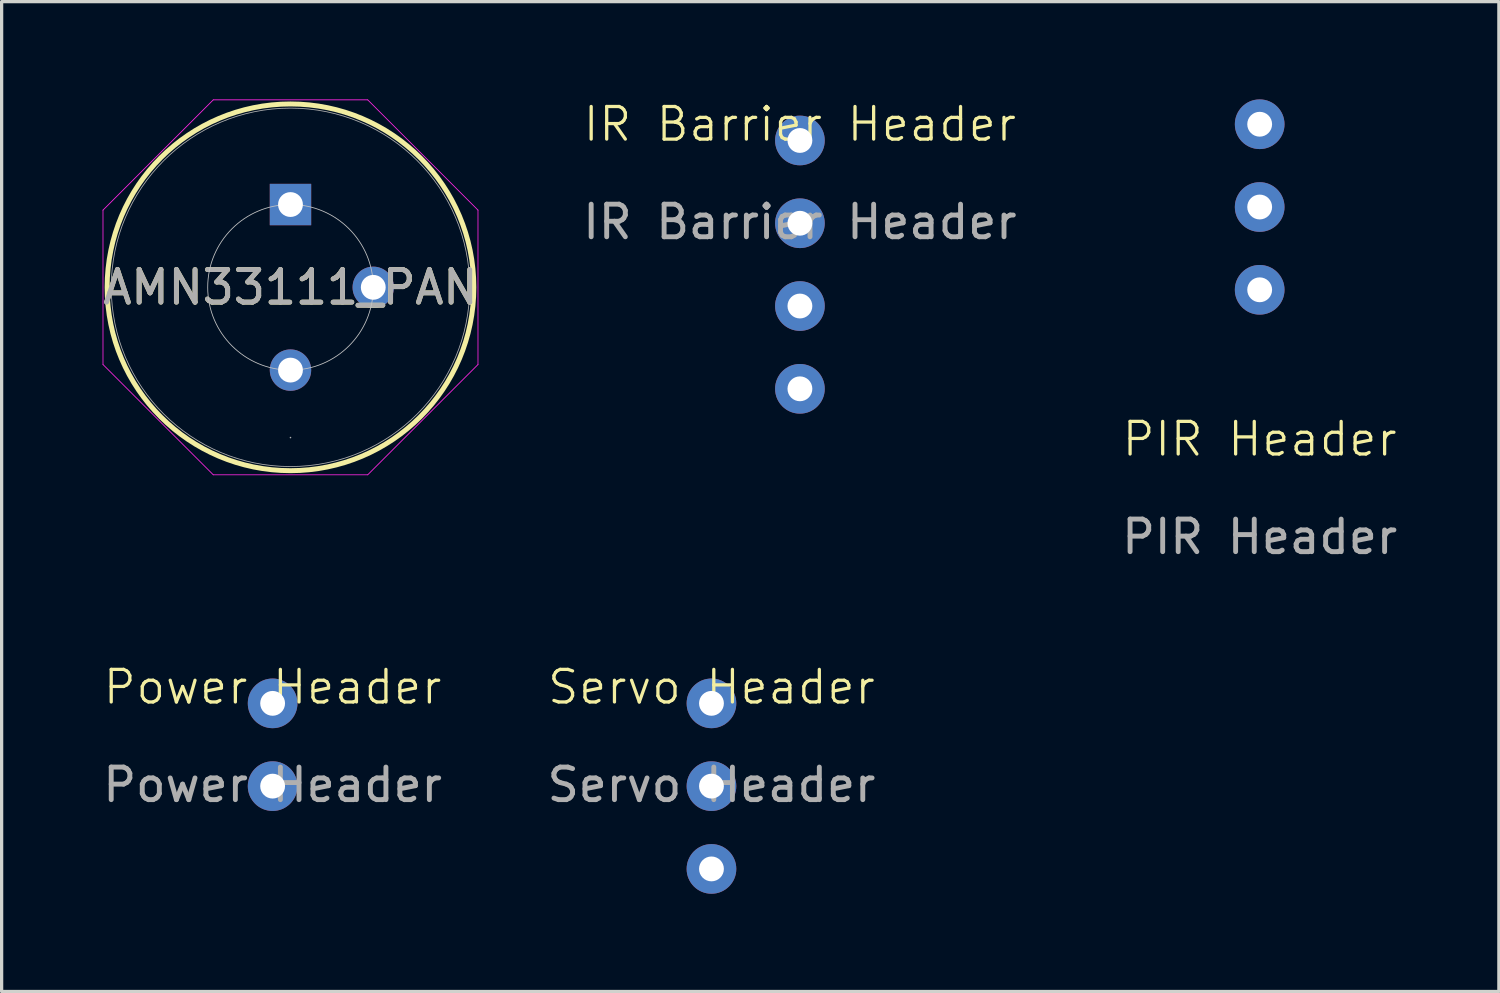
<source format=kicad_pcb>
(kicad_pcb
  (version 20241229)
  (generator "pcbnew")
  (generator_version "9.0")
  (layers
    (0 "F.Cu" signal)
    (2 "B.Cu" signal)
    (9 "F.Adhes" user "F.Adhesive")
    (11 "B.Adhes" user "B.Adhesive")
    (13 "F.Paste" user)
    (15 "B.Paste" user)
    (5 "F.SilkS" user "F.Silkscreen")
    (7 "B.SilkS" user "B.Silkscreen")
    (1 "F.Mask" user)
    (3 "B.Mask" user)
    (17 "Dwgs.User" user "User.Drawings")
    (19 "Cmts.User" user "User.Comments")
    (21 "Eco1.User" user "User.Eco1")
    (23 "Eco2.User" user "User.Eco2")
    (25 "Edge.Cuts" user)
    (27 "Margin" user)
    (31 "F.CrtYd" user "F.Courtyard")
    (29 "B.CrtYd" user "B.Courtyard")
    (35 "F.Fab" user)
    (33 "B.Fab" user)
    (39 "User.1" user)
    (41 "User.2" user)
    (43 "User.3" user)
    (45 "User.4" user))
  (footprint "PIR Header"
    (layer "F.Cu")
    (at 35.601 10.922)
    (property "Reference" "PIR Header" (at 0 -0.5 0) (unlocked yes) (layer "F.SilkS") (effects (font (size 1 1) (thickness 0.1))))
    (attr through_hole)
    (fp_text user "${REFERENCE}" (at 0 2.5 0) (unlocked yes) (layer "F.Fab") (effects (font (size 1 1) (thickness 0.15))))
    (pad "1" thru_hole circle (at 0 -10.16) (size 1.524 1.524) (drill 0.762) (layers "*.Cu" "*.Mask"))
    (pad "2" thru_hole circle (at 0 -7.62) (size 1.524 1.524) (drill 0.762) (layers "*.Cu" "*.Mask"))
    (pad "3" thru_hole circle (at 0 -5.08) (size 1.524 1.524) (drill 0.762) (layers "*.Cu" "*.Mask")))
  (footprint "IR Barrier Header"
    (layer "F.Cu")
    (at 21.494 1.26)
    (property "Reference" "IR Barrier Header" (at 0 -0.5 0) (unlocked yes) (layer "F.SilkS") (effects (font (size 1 1) (thickness 0.1))))
    (attr through_hole)
    (fp_text user "${REFERENCE}" (at 0 2.5 0) (unlocked yes) (layer "F.Fab") (effects (font (size 1 1) (thickness 0.15))))
    (pad "1" thru_hole circle (at 0 0) (size 1.524 1.524) (drill 0.762) (layers "*.Cu" "*.Mask"))
    (pad "2" thru_hole circle (at 0 2.54) (size 1.524 1.524) (drill 0.762) (layers "*.Cu" "*.Mask"))
    (pad "3" thru_hole circle (at 0 5.08) (size 1.524 1.524) (drill 0.762) (layers "*.Cu" "*.Mask"))
    (pad "4" thru_hole circle (at 0 7.62) (size 1.524 1.524) (drill 0.762) (layers "*.Cu" "*.Mask")))
  (footprint "Servo Header"
    (layer "F.Cu")
    (at 18.78 18.531)
    (property "Reference" "Servo Header" (at 0 -0.5 0) (unlocked yes) (layer "F.SilkS") (effects (font (size 1 1) (thickness 0.1))))
    (attr through_hole)
    (fp_text user "${REFERENCE}" (at 0 2.5 0) (unlocked yes) (layer "F.Fab") (effects (font (size 1 1) (thickness 0.15))))
    (pad "1" thru_hole circle (at 0 0) (size 1.524 1.524) (drill 0.762) (layers "*.Cu" "*.Mask"))
    (pad "2" thru_hole circle (at 0 2.54) (size 1.524 1.524) (drill 0.762) (layers "*.Cu" "*.Mask"))
    (pad "3" thru_hole circle (at 0 5.08) (size 1.524 1.524) (drill 0.762) (layers "*.Cu" "*.Mask")))
  (footprint "Power Header"
    (layer "F.Cu")
    (at 5.315 18.531)
    (property "Reference" "Power Header" (at 0 -0.5 0) (unlocked yes) (layer "F.SilkS") (effects (font (size 1 1) (thickness 0.1))))
    (attr through_hole)
    (fp_text user "${REFERENCE}" (at 0 2.5 0) (unlocked yes) (layer "F.Fab") (effects (font (size 1 1) (thickness 0.15))))
    (pad "1" thru_hole circle (at 0 0) (size 1.524 1.524) (drill 0.762) (layers "*.Cu" "*.Mask"))
    (pad "2" thru_hole circle (at 0 2.54) (size 1.524 1.524) (drill 0.762) (layers "*.Cu" "*.Mask")))
  (footprint "AMN33111_PAN"
    (layer "F.Cu")
    (at 5.863 3.226)
    (property "Reference" "AMN33111_PAN" (at 0 2.54 0) (unlocked yes) (layer "F.SilkS") (effects (font (size 1 1) (thickness 0.15))))
    (attr through_hole)
    (fp_circle (center 0 2.54) (end 5.626 2.54) (stroke (width 0.152) (type solid)) (fill no) (layer "F.SilkS"))
    (fp_circle (center 0 2.54) (end 2.54 2.54) (stroke (width 0.025) (type solid)) (fill no) (layer "Dwgs.User"))
    (fp_line (start -5.753 0.171) (end -2.369 -3.213) (stroke (width 0.025) (type solid)) (layer "F.CrtYd"))
    (fp_line (start -5.753 4.909) (end -5.753 0.171) (stroke (width 0.025) (type solid)) (layer "F.CrtYd"))
    (fp_line (start -2.369 -3.213) (end 2.369 -3.213) (stroke (width 0.025) (type solid)) (layer "F.CrtYd"))
    (fp_line (start -2.369 8.293) (end -5.753 4.909) (stroke (width 0.025) (type solid)) (layer "F.CrtYd"))
    (fp_line (start 2.369 -3.213) (end 5.753 0.171) (stroke (width 0.025) (type solid)) (layer "F.CrtYd"))
    (fp_line (start 2.369 8.293) (end -2.369 8.293) (stroke (width 0.025) (type solid)) (layer "F.CrtYd"))
    (fp_line (start 5.753 0.171) (end 5.753 4.909) (stroke (width 0.025) (type solid)) (layer "F.CrtYd"))
    (fp_line (start 5.753 4.909) (end 2.369 8.293) (stroke (width 0.025) (type solid)) (layer "F.CrtYd"))
    (fp_circle (center 0 2.54) (end 5.499 2.54) (stroke (width 0.025) (type solid)) (fill no) (layer "F.Fab"))
    (fp_circle (center 0 7.15) (end 0 7.15) (stroke (width 0.025) (type solid)) (fill no) (layer "F.Fab"))
    (fp_text user "${REFERENCE}" (at 0 2.54 0) (unlocked yes) (layer "F.Fab") (effects (font (size 1 1) (thickness 0.15))))
    (pad "1" thru_hole rect (at 0 0) (size 1.27 1.27) (drill 0.762) (layers "*.Cu" "*.Mask"))
    (pad "2" thru_hole circle (at 2.54 2.54 90) (size 1.27 1.27) (drill 0.762) (layers "*.Cu" "*.Mask"))
    (pad "3" thru_hole circle (at 0 5.08) (size 1.27 1.27) (drill 0.762) (layers "*.Cu" "*.Mask")))
  (gr_rect
    (start -3 -3)
    (end 42.94 27.373)
    (stroke (width 0.1) (type default))
    (fill no)
    (layer "Edge.Cuts")))
</source>
